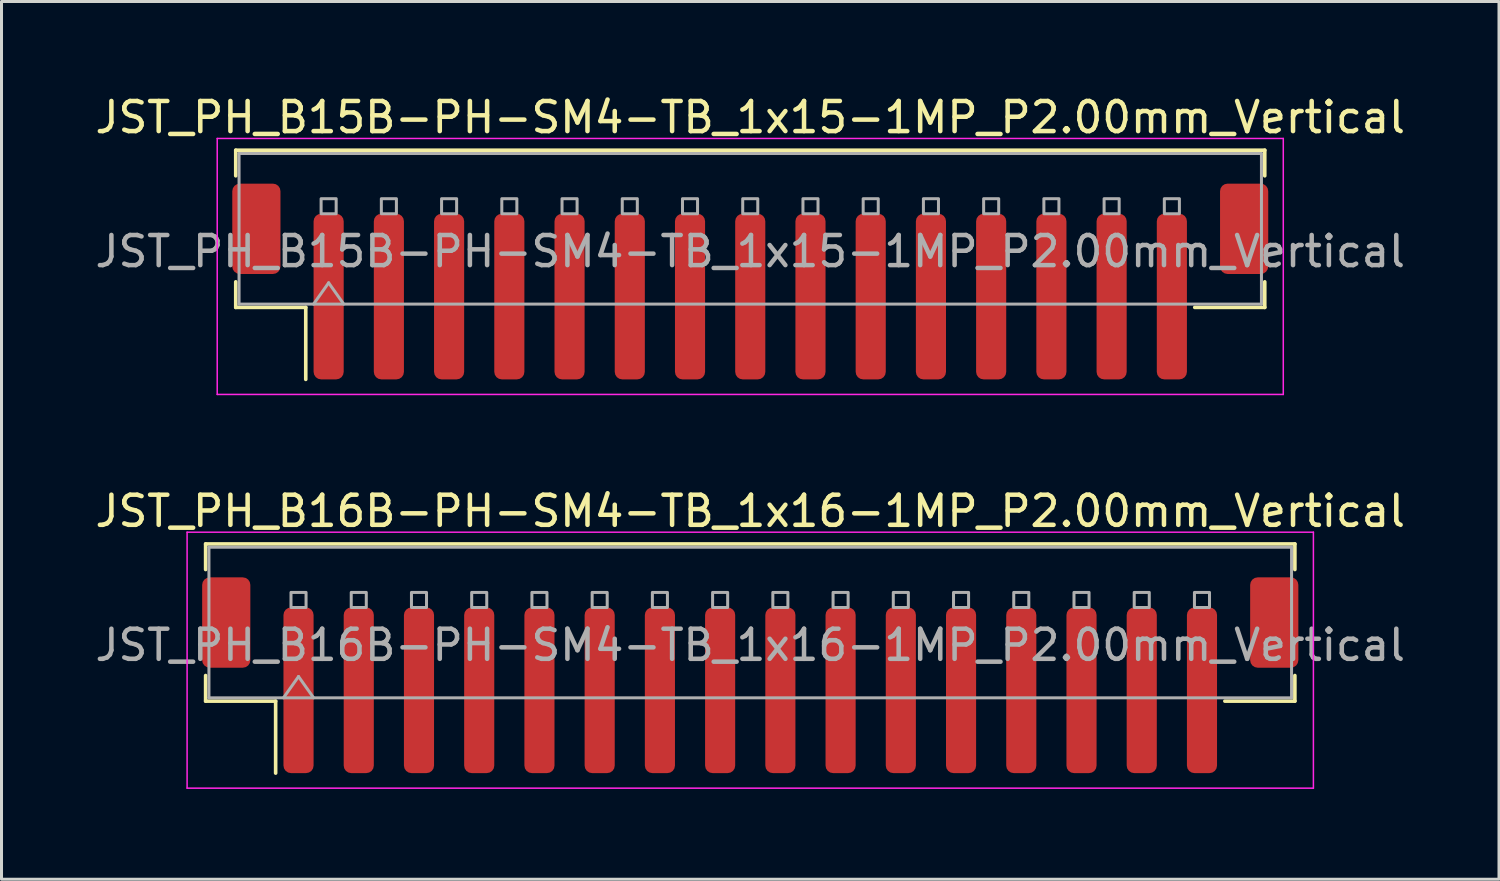
<source format=kicad_pcb>
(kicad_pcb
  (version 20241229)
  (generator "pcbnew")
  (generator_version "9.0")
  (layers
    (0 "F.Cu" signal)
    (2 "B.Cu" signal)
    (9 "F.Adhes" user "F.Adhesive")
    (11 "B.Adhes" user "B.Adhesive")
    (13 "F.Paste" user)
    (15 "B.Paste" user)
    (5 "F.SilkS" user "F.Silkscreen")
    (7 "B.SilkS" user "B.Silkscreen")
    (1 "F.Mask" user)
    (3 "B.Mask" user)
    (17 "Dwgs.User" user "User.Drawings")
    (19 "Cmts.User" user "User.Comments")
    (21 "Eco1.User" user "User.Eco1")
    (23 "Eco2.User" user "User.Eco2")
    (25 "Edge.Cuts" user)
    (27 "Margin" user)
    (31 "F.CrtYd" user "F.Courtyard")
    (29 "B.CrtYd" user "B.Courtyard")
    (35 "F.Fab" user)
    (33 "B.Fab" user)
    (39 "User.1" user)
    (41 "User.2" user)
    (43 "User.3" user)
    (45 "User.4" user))
  (footprint "JST_PH_B16B-PH-SM4-TB_1x16-1MP_P2.00mm_Vertical"
    (layer "F.Cu")
    (at 21.863 19.372)
    (property "Reference" "JST_PH_B16B-PH-SM4-TB_1x16-1MP_P2.00mm_Vertical" (at 0 -5.45 0) (layer "F.SilkS") (effects (font (size 1 1) (thickness 0.15))))
    (attr smd)
    (fp_line (start -18.085 -4.36) (end 18.085 -4.36) (stroke (width 0.12) (type solid)) (layer "F.SilkS"))
    (fp_line (start -18.085 -3.51) (end -18.085 -4.36) (stroke (width 0.12) (type solid)) (layer "F.SilkS"))
    (fp_line (start -18.085 0.01) (end -18.085 0.86) (stroke (width 0.12) (type solid)) (layer "F.SilkS"))
    (fp_line (start -18.085 0.86) (end -15.76 0.86) (stroke (width 0.12) (type solid)) (layer "F.SilkS"))
    (fp_line (start -15.76 0.86) (end -15.76 3.25) (stroke (width 0.12) (type solid)) (layer "F.SilkS"))
    (fp_line (start 18.085 -4.36) (end 18.085 -3.51) (stroke (width 0.12) (type solid)) (layer "F.SilkS"))
    (fp_line (start 18.085 0.01) (end 18.085 0.86) (stroke (width 0.12) (type solid)) (layer "F.SilkS"))
    (fp_line (start 18.085 0.86) (end 15.76 0.86) (stroke (width 0.12) (type solid)) (layer "F.SilkS"))
    (fp_line (start -18.7 -4.75) (end -18.7 3.75) (stroke (width 0.05) (type solid)) (layer "F.CrtYd"))
    (fp_line (start -18.7 3.75) (end 18.7 3.75) (stroke (width 0.05) (type solid)) (layer "F.CrtYd"))
    (fp_line (start 18.7 -4.75) (end -18.7 -4.75) (stroke (width 0.05) (type solid)) (layer "F.CrtYd"))
    (fp_line (start 18.7 3.75) (end 18.7 -4.75) (stroke (width 0.05) (type solid)) (layer "F.CrtYd"))
    (fp_line (start -17.975 -4.25) (end 17.975 -4.25) (stroke (width 0.1) (type solid)) (layer "F.Fab"))
    (fp_line (start -17.975 0.75) (end -17.975 -4.25) (stroke (width 0.1) (type solid)) (layer "F.Fab"))
    (fp_line (start -17.975 0.75) (end 17.975 0.75) (stroke (width 0.1) (type solid)) (layer "F.Fab"))
    (fp_line (start -15.5 0.75) (end -15 0.043) (stroke (width 0.1) (type solid)) (layer "F.Fab"))
    (fp_line (start -15 0.043) (end -14.5 0.75) (stroke (width 0.1) (type solid)) (layer "F.Fab"))
    (fp_line (start 17.975 0.75) (end 17.975 -4.25) (stroke (width 0.1) (type solid)) (layer "F.Fab"))
    (fp_rect (start -15.25 -2.75) (end -14.75 -2.25) (stroke (width 0.1) (type solid)) (fill no) (layer "F.Fab"))
    (fp_rect (start -13.25 -2.75) (end -12.75 -2.25) (stroke (width 0.1) (type solid)) (fill no) (layer "F.Fab"))
    (fp_rect (start -11.25 -2.75) (end -10.75 -2.25) (stroke (width 0.1) (type solid)) (fill no) (layer "F.Fab"))
    (fp_rect (start -9.25 -2.75) (end -8.75 -2.25) (stroke (width 0.1) (type solid)) (fill no) (layer "F.Fab"))
    (fp_rect (start -7.25 -2.75) (end -6.75 -2.25) (stroke (width 0.1) (type solid)) (fill no) (layer "F.Fab"))
    (fp_rect (start -5.25 -2.75) (end -4.75 -2.25) (stroke (width 0.1) (type solid)) (fill no) (layer "F.Fab"))
    (fp_rect (start -3.25 -2.75) (end -2.75 -2.25) (stroke (width 0.1) (type solid)) (fill no) (layer "F.Fab"))
    (fp_rect (start -1.25 -2.75) (end -0.75 -2.25) (stroke (width 0.1) (type solid)) (fill no) (layer "F.Fab"))
    (fp_rect (start 0.75 -2.75) (end 1.25 -2.25) (stroke (width 0.1) (type solid)) (fill no) (layer "F.Fab"))
    (fp_rect (start 2.75 -2.75) (end 3.25 -2.25) (stroke (width 0.1) (type solid)) (fill no) (layer "F.Fab"))
    (fp_rect (start 4.75 -2.75) (end 5.25 -2.25) (stroke (width 0.1) (type solid)) (fill no) (layer "F.Fab"))
    (fp_rect (start 6.75 -2.75) (end 7.25 -2.25) (stroke (width 0.1) (type solid)) (fill no) (layer "F.Fab"))
    (fp_rect (start 8.75 -2.75) (end 9.25 -2.25) (stroke (width 0.1) (type solid)) (fill no) (layer "F.Fab"))
    (fp_rect (start 10.75 -2.75) (end 11.25 -2.25) (stroke (width 0.1) (type solid)) (fill no) (layer "F.Fab"))
    (fp_rect (start 12.75 -2.75) (end 13.25 -2.25) (stroke (width 0.1) (type solid)) (fill no) (layer "F.Fab"))
    (fp_rect (start 14.75 -2.75) (end 15.25 -2.25) (stroke (width 0.1) (type solid)) (fill no) (layer "F.Fab"))
    (fp_text user "${REFERENCE}" (at 0 -1 0) (layer "F.Fab") (effects (font (size 1 1) (thickness 0.15))))
    (pad "1" smd roundrect (at -15 0.5) (size 1 5.5) (layers "F.Cu" "F.Mask" "F.Paste") (roundrect_rratio 0.25))
    (pad "2" smd roundrect (at -13 0.5) (size 1 5.5) (layers "F.Cu" "F.Mask" "F.Paste") (roundrect_rratio 0.25))
    (pad "3" smd roundrect (at -11 0.5) (size 1 5.5) (layers "F.Cu" "F.Mask" "F.Paste") (roundrect_rratio 0.25))
    (pad "4" smd roundrect (at -9 0.5) (size 1 5.5) (layers "F.Cu" "F.Mask" "F.Paste") (roundrect_rratio 0.25))
    (pad "5" smd roundrect (at -7 0.5) (size 1 5.5) (layers "F.Cu" "F.Mask" "F.Paste") (roundrect_rratio 0.25))
    (pad "6" smd roundrect (at -5 0.5) (size 1 5.5) (layers "F.Cu" "F.Mask" "F.Paste") (roundrect_rratio 0.25))
    (pad "7" smd roundrect (at -3 0.5) (size 1 5.5) (layers "F.Cu" "F.Mask" "F.Paste") (roundrect_rratio 0.25))
    (pad "8" smd roundrect (at -1 0.5) (size 1 5.5) (layers "F.Cu" "F.Mask" "F.Paste") (roundrect_rratio 0.25))
    (pad "9" smd roundrect (at 1 0.5) (size 1 5.5) (layers "F.Cu" "F.Mask" "F.Paste") (roundrect_rratio 0.25))
    (pad "10" smd roundrect (at 3 0.5) (size 1 5.5) (layers "F.Cu" "F.Mask" "F.Paste") (roundrect_rratio 0.25))
    (pad "11" smd roundrect (at 5 0.5) (size 1 5.5) (layers "F.Cu" "F.Mask" "F.Paste") (roundrect_rratio 0.25))
    (pad "12" smd roundrect (at 7 0.5) (size 1 5.5) (layers "F.Cu" "F.Mask" "F.Paste") (roundrect_rratio 0.25))
    (pad "13" smd roundrect (at 9 0.5) (size 1 5.5) (layers "F.Cu" "F.Mask" "F.Paste") (roundrect_rratio 0.25))
    (pad "14" smd roundrect (at 11 0.5) (size 1 5.5) (layers "F.Cu" "F.Mask" "F.Paste") (roundrect_rratio 0.25))
    (pad "15" smd roundrect (at 13 0.5) (size 1 5.5) (layers "F.Cu" "F.Mask" "F.Paste") (roundrect_rratio 0.25))
    (pad "16" smd roundrect (at 15 0.5) (size 1 5.5) (layers "F.Cu" "F.Mask" "F.Paste") (roundrect_rratio 0.25))
    (pad "MP" smd roundrect (at -17.4 -1.75) (size 1.6 3) (layers "F.Cu" "F.Mask" "F.Paste") (roundrect_rratio 0.156))
    (pad "MP" smd roundrect (at 17.4 -1.75) (size 1.6 3) (layers "F.Cu" "F.Mask" "F.Paste") (roundrect_rratio 0.156)))
  (footprint "JST_PH_B15B-PH-SM4-TB_1x15-1MP_P2.00mm_Vertical"
    (layer "F.Cu")
    (at 21.863 6.298)
    (property "Reference" "JST_PH_B15B-PH-SM4-TB_1x15-1MP_P2.00mm_Vertical" (at 0 -5.45 0) (layer "F.SilkS") (effects (font (size 1 1) (thickness 0.15))))
    (attr smd)
    (fp_line (start -17.085 -4.36) (end 17.085 -4.36) (stroke (width 0.12) (type solid)) (layer "F.SilkS"))
    (fp_line (start -17.085 -3.51) (end -17.085 -4.36) (stroke (width 0.12) (type solid)) (layer "F.SilkS"))
    (fp_line (start -17.085 0.01) (end -17.085 0.86) (stroke (width 0.12) (type solid)) (layer "F.SilkS"))
    (fp_line (start -17.085 0.86) (end -14.76 0.86) (stroke (width 0.12) (type solid)) (layer "F.SilkS"))
    (fp_line (start -14.76 0.86) (end -14.76 3.25) (stroke (width 0.12) (type solid)) (layer "F.SilkS"))
    (fp_line (start 17.085 -4.36) (end 17.085 -3.51) (stroke (width 0.12) (type solid)) (layer "F.SilkS"))
    (fp_line (start 17.085 0.01) (end 17.085 0.86) (stroke (width 0.12) (type solid)) (layer "F.SilkS"))
    (fp_line (start 17.085 0.86) (end 14.76 0.86) (stroke (width 0.12) (type solid)) (layer "F.SilkS"))
    (fp_line (start -17.7 -4.75) (end -17.7 3.75) (stroke (width 0.05) (type solid)) (layer "F.CrtYd"))
    (fp_line (start -17.7 3.75) (end 17.7 3.75) (stroke (width 0.05) (type solid)) (layer "F.CrtYd"))
    (fp_line (start 17.7 -4.75) (end -17.7 -4.75) (stroke (width 0.05) (type solid)) (layer "F.CrtYd"))
    (fp_line (start 17.7 3.75) (end 17.7 -4.75) (stroke (width 0.05) (type solid)) (layer "F.CrtYd"))
    (fp_line (start -16.975 -4.25) (end 16.975 -4.25) (stroke (width 0.1) (type solid)) (layer "F.Fab"))
    (fp_line (start -16.975 0.75) (end -16.975 -4.25) (stroke (width 0.1) (type solid)) (layer "F.Fab"))
    (fp_line (start -16.975 0.75) (end 16.975 0.75) (stroke (width 0.1) (type solid)) (layer "F.Fab"))
    (fp_line (start -14.5 0.75) (end -14 0.043) (stroke (width 0.1) (type solid)) (layer "F.Fab"))
    (fp_line (start -14 0.043) (end -13.5 0.75) (stroke (width 0.1) (type solid)) (layer "F.Fab"))
    (fp_line (start 16.975 0.75) (end 16.975 -4.25) (stroke (width 0.1) (type solid)) (layer "F.Fab"))
    (fp_rect (start -14.25 -2.75) (end -13.75 -2.25) (stroke (width 0.1) (type solid)) (fill no) (layer "F.Fab"))
    (fp_rect (start -12.25 -2.75) (end -11.75 -2.25) (stroke (width 0.1) (type solid)) (fill no) (layer "F.Fab"))
    (fp_rect (start -10.25 -2.75) (end -9.75 -2.25) (stroke (width 0.1) (type solid)) (fill no) (layer "F.Fab"))
    (fp_rect (start -8.25 -2.75) (end -7.75 -2.25) (stroke (width 0.1) (type solid)) (fill no) (layer "F.Fab"))
    (fp_rect (start -6.25 -2.75) (end -5.75 -2.25) (stroke (width 0.1) (type solid)) (fill no) (layer "F.Fab"))
    (fp_rect (start -4.25 -2.75) (end -3.75 -2.25) (stroke (width 0.1) (type solid)) (fill no) (layer "F.Fab"))
    (fp_rect (start -2.25 -2.75) (end -1.75 -2.25) (stroke (width 0.1) (type solid)) (fill no) (layer "F.Fab"))
    (fp_rect (start -0.25 -2.75) (end 0.25 -2.25) (stroke (width 0.1) (type solid)) (fill no) (layer "F.Fab"))
    (fp_rect (start 1.75 -2.75) (end 2.25 -2.25) (stroke (width 0.1) (type solid)) (fill no) (layer "F.Fab"))
    (fp_rect (start 3.75 -2.75) (end 4.25 -2.25) (stroke (width 0.1) (type solid)) (fill no) (layer "F.Fab"))
    (fp_rect (start 5.75 -2.75) (end 6.25 -2.25) (stroke (width 0.1) (type solid)) (fill no) (layer "F.Fab"))
    (fp_rect (start 7.75 -2.75) (end 8.25 -2.25) (stroke (width 0.1) (type solid)) (fill no) (layer "F.Fab"))
    (fp_rect (start 9.75 -2.75) (end 10.25 -2.25) (stroke (width 0.1) (type solid)) (fill no) (layer "F.Fab"))
    (fp_rect (start 11.75 -2.75) (end 12.25 -2.25) (stroke (width 0.1) (type solid)) (fill no) (layer "F.Fab"))
    (fp_rect (start 13.75 -2.75) (end 14.25 -2.25) (stroke (width 0.1) (type solid)) (fill no) (layer "F.Fab"))
    (fp_text user "${REFERENCE}" (at 0 -1 0) (layer "F.Fab") (effects (font (size 1 1) (thickness 0.15))))
    (pad "1" smd roundrect (at -14 0.5) (size 1 5.5) (layers "F.Cu" "F.Mask" "F.Paste") (roundrect_rratio 0.25))
    (pad "2" smd roundrect (at -12 0.5) (size 1 5.5) (layers "F.Cu" "F.Mask" "F.Paste") (roundrect_rratio 0.25))
    (pad "3" smd roundrect (at -10 0.5) (size 1 5.5) (layers "F.Cu" "F.Mask" "F.Paste") (roundrect_rratio 0.25))
    (pad "4" smd roundrect (at -8 0.5) (size 1 5.5) (layers "F.Cu" "F.Mask" "F.Paste") (roundrect_rratio 0.25))
    (pad "5" smd roundrect (at -6 0.5) (size 1 5.5) (layers "F.Cu" "F.Mask" "F.Paste") (roundrect_rratio 0.25))
    (pad "6" smd roundrect (at -4 0.5) (size 1 5.5) (layers "F.Cu" "F.Mask" "F.Paste") (roundrect_rratio 0.25))
    (pad "7" smd roundrect (at -2 0.5) (size 1 5.5) (layers "F.Cu" "F.Mask" "F.Paste") (roundrect_rratio 0.25))
    (pad "8" smd roundrect (at 0 0.5) (size 1 5.5) (layers "F.Cu" "F.Mask" "F.Paste") (roundrect_rratio 0.25))
    (pad "9" smd roundrect (at 2 0.5) (size 1 5.5) (layers "F.Cu" "F.Mask" "F.Paste") (roundrect_rratio 0.25))
    (pad "10" smd roundrect (at 4 0.5) (size 1 5.5) (layers "F.Cu" "F.Mask" "F.Paste") (roundrect_rratio 0.25))
    (pad "11" smd roundrect (at 6 0.5) (size 1 5.5) (layers "F.Cu" "F.Mask" "F.Paste") (roundrect_rratio 0.25))
    (pad "12" smd roundrect (at 8 0.5) (size 1 5.5) (layers "F.Cu" "F.Mask" "F.Paste") (roundrect_rratio 0.25))
    (pad "13" smd roundrect (at 10 0.5) (size 1 5.5) (layers "F.Cu" "F.Mask" "F.Paste") (roundrect_rratio 0.25))
    (pad "14" smd roundrect (at 12 0.5) (size 1 5.5) (layers "F.Cu" "F.Mask" "F.Paste") (roundrect_rratio 0.25))
    (pad "15" smd roundrect (at 14 0.5) (size 1 5.5) (layers "F.Cu" "F.Mask" "F.Paste") (roundrect_rratio 0.25))
    (pad "MP" smd roundrect (at -16.4 -1.75) (size 1.6 3) (layers "F.Cu" "F.Mask" "F.Paste") (roundrect_rratio 0.156))
    (pad "MP" smd roundrect (at 16.4 -1.75) (size 1.6 3) (layers "F.Cu" "F.Mask" "F.Paste") (roundrect_rratio 0.156)))
  (gr_rect
    (start -3 -3)
    (end 46.726 26.146)
    (stroke (width 0.1) (type default))
    (fill no)
    (layer "Edge.Cuts")))
</source>
